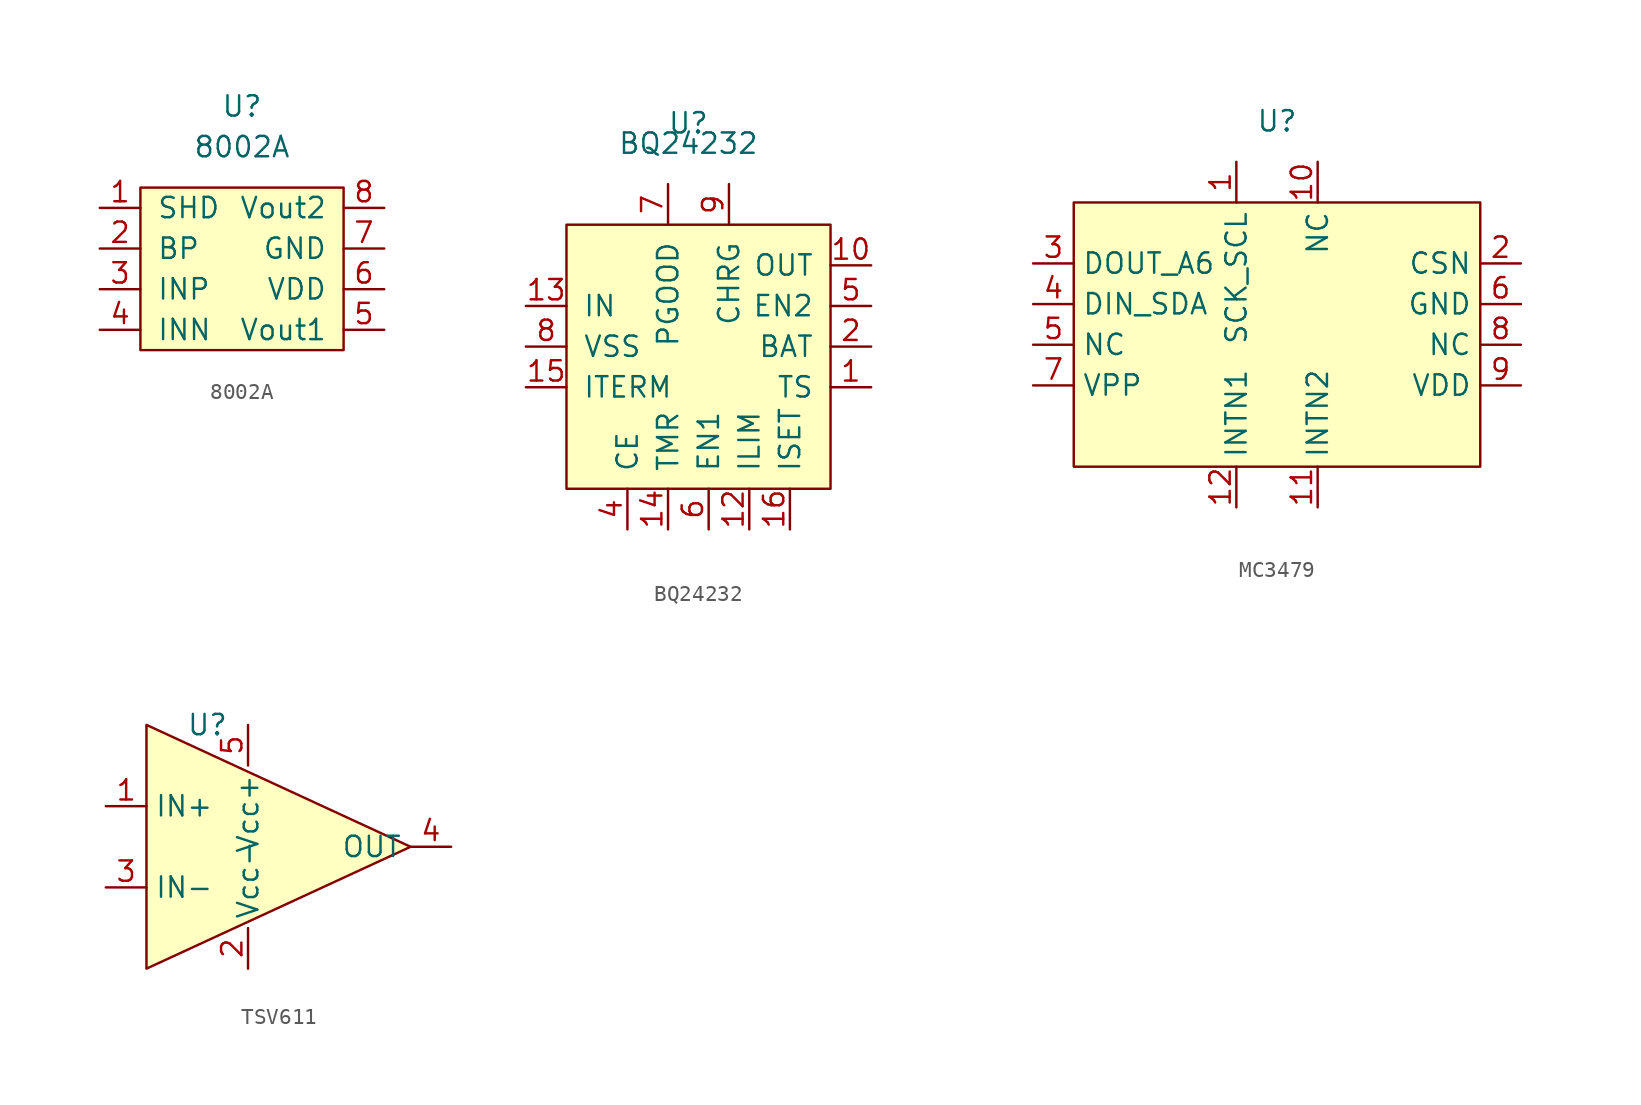
<source format=kicad_sym>
(kicad_symbol_lib
  (version 20220914)
  (generator kicad_symbol_editor)
  (symbol "8002A"
    (pin_names
      (offset 1.016))
    (property "Reference" "U"
      (at 0 2.54 0)
      (effects (font (size 1.27 1.27))))
    (property "Value" "8002A"
      (at 0 0 0)
      (effects (font (size 1.27 1.27))))
    (symbol "8002A_0_1"
      (rectangle (start -6.35 -2.54) (end 6.35 -12.7) (stroke (width 0) (type solid)) (fill (type background))))
    (symbol "8002A_1_1"
      (pin bidirectional line (at -8.89 -3.81 0) (length 2.54) (name "SHD" (effects (font (size 1.27 1.27)))) (number "1" (effects (font (size 1.27 1.27)))))
      (pin bidirectional line (at -8.89 -6.35 0) (length 2.54) (name "BP" (effects (font (size 1.27 1.27)))) (number "2" (effects (font (size 1.27 1.27)))))
      (pin bidirectional line (at -8.89 -8.89 0) (length 2.54) (name "INP" (effects (font (size 1.27 1.27)))) (number "3" (effects (font (size 1.27 1.27)))))
      (pin bidirectional line (at -8.89 -11.43 0) (length 2.54) (name "INN" (effects (font (size 1.27 1.27)))) (number "4" (effects (font (size 1.27 1.27)))))
      (pin bidirectional line (at 8.89 -11.43 180) (length 2.54) (name "Vout1" (effects (font (size 1.27 1.27)))) (number "5" (effects (font (size 1.27 1.27)))))
      (pin bidirectional line (at 8.89 -8.89 180) (length 2.54) (name "VDD" (effects (font (size 1.27 1.27)))) (number "6" (effects (font (size 1.27 1.27)))))
      (pin bidirectional line (at 8.89 -6.35 180) (length 2.54) (name "GND" (effects (font (size 1.27 1.27)))) (number "7" (effects (font (size 1.27 1.27)))))
      (pin bidirectional line (at 8.89 -3.81 180) (length 2.54) (name "Vout2" (effects (font (size 1.27 1.27)))) (number "8" (effects (font (size 1.27 1.27)))))))
  (symbol "BQ24232"
    (pin_names
      (offset 1.016))
    (property "Reference" "U"
      (at 0 2.54 0)
      (effects (font (size 1.27 1.27))))
    (property "Value" "BQ24232"
      (at 0 1.27 0)
      (effects (font (size 1.27 1.27))))
    (symbol "BQ24232_0_1"
      (rectangle (start -7.62 -3.81) (end 8.89 -20.32) (stroke (width 0) (type solid)) (fill (type background))))
    (symbol "BQ24232_1_1"
      (pin unspecified line (at 11.43 -13.97 180) (length 2.54) (name "TS" (effects (font (size 1.27 1.27)))) (number "1" (effects (font (size 1.27 1.27)))))
      (pin unspecified line (at 11.43 -6.35 180) (length 2.54) (name "OUT" (effects (font (size 1.27 1.27)))) (number "10" (effects (font (size 1.27 1.27)))))
      (pin unspecified line (at 3.81 -22.86 90) (length 2.54) (name "ILIM" (effects (font (size 1.27 1.27)))) (number "12" (effects (font (size 1.27 1.27)))))
      (pin unspecified line (at -10.16 -8.89 0) (length 2.54) (name "IN" (effects (font (size 1.27 1.27)))) (number "13" (effects (font (size 1.27 1.27)))))
      (pin unspecified line (at -1.27 -22.86 90) (length 2.54) (name "TMR" (effects (font (size 1.27 1.27)))) (number "14" (effects (font (size 1.27 1.27)))))
      (pin unspecified line (at -10.16 -13.97 0) (length 2.54) (name "ITERM" (effects (font (size 1.27 1.27)))) (number "15" (effects (font (size 1.27 1.27)))))
      (pin unspecified line (at 6.35 -22.86 90) (length 2.54) (name "ISET" (effects (font (size 1.27 1.27)))) (number "16" (effects (font (size 1.27 1.27)))))
      (pin unspecified line (at 11.43 -11.43 180) (length 2.54) (name "BAT" (effects (font (size 1.27 1.27)))) (number "2" (effects (font (size 1.27 1.27)))))
      (pin unspecified line (at -3.81 -22.86 90) (length 2.54) (name "CE" (effects (font (size 1.27 1.27)))) (number "4" (effects (font (size 1.27 1.27)))))
      (pin unspecified line (at 11.43 -8.89 180) (length 2.54) (name "EN2" (effects (font (size 1.27 1.27)))) (number "5" (effects (font (size 1.27 1.27)))))
      (pin unspecified line (at 1.27 -22.86 90) (length 2.54) (name "EN1" (effects (font (size 1.27 1.27)))) (number "6" (effects (font (size 1.27 1.27)))))
      (pin unspecified line (at -1.27 -1.27 270) (length 2.54) (name "PGOOD" (effects (font (size 1.27 1.27)))) (number "7" (effects (font (size 1.27 1.27)))))
      (pin unspecified line (at -10.16 -11.43 0) (length 2.54) (name "VSS" (effects (font (size 1.27 1.27)))) (number "8" (effects (font (size 1.27 1.27)))))
      (pin unspecified line (at 2.54 -1.27 270) (length 2.54) (name "CHRG" (effects (font (size 1.27 1.27)))) (number "9" (effects (font (size 1.27 1.27)))))))
  (symbol "MC3479"
    (property "Reference" "U"
      (at 0 0 0)
      (effects (font (size 1.27 1.27))))
    (property "Value" ""
      (at 0 0 0)
      (effects (font (size 1.27 1.27))))
    (symbol "MC3479_1_1"
      (rectangle (start -12.7 -5.08) (end 12.7 -21.59) (stroke (width 0) (type default)) (fill (type background)))
      (pin input line (at -2.54 -2.54 270) (length 2.54) (name "SCK_SCL" (effects (font (size 1.27 1.27)))) (number "1" (effects (font (size 1.27 1.27)))))
      (pin free line (at 2.54 -2.54 270) (length 2.54) (name "NC" (effects (font (size 1.27 1.27)))) (number "10" (effects (font (size 1.27 1.27)))))
      (pin output line (at 2.54 -24.13 90) (length 2.54) (name "INTN2" (effects (font (size 1.27 1.27)))) (number "11" (effects (font (size 1.27 1.27)))))
      (pin output line (at -2.54 -24.13 90) (length 2.54) (name "INTN1" (effects (font (size 1.27 1.27)))) (number "12" (effects (font (size 1.27 1.27)))))
      (pin input line (at 15.24 -8.89 180) (length 2.54) (name "CSN" (effects (font (size 1.27 1.27)))) (number "2" (effects (font (size 1.27 1.27)))))
      (pin output line (at -15.24 -8.89 0) (length 2.54) (name "DOUT_A6" (effects (font (size 1.27 1.27)))) (number "3" (effects (font (size 1.27 1.27)))))
      (pin input line (at -15.24 -11.43 0) (length 2.54) (name "DIN_SDA" (effects (font (size 1.27 1.27)))) (number "4" (effects (font (size 1.27 1.27)))))
      (pin free line (at -15.24 -13.97 0) (length 2.54) (name "NC" (effects (font (size 1.27 1.27)))) (number "5" (effects (font (size 1.27 1.27)))))
      (pin input line (at 15.24 -11.43 180) (length 2.54) (name "GND" (effects (font (size 1.27 1.27)))) (number "6" (effects (font (size 1.27 1.27)))))
      (pin power_in line (at -15.24 -16.51 0) (length 2.54) (name "VPP" (effects (font (size 1.27 1.27)))) (number "7" (effects (font (size 1.27 1.27)))))
      (pin free line (at 15.24 -13.97 180) (length 2.54) (name "NC" (effects (font (size 1.27 1.27)))) (number "8" (effects (font (size 1.27 1.27)))))
      (pin power_in line (at 15.24 -16.51 180) (length 2.54) (name "VDD" (effects (font (size 1.27 1.27)))) (number "9" (effects (font (size 1.27 1.27)))))))
  (symbol "TSV611"
    (property "Reference" "U"
      (at -2.54 0 0)
      (effects (font (size 1.27 1.27))))
    (property "Value" ""
      (at 0 0 0)
      (effects (font (size 1.27 1.27))))
    (symbol "TSV611_1_1"
      (polyline (pts (xy -6.35 0) (xy -6.35 -15.24) (xy 10.16 -7.62) (xy -6.35 0)) (stroke (width 0) (type default)) (fill (type background)))
      (pin input line (at -8.89 -5.08 0) (length 2.54) (name "IN+" (effects (font (size 1.27 1.27)))) (number "1" (effects (font (size 1.27 1.27)))))
      (pin input line (at 0 -15.24 90) (length 2.54) (name "Vcc-" (effects (font (size 1.27 1.27)))) (number "2" (effects (font (size 1.27 1.27)))))
      (pin input line (at -8.89 -10.16 0) (length 2.54) (name "IN-" (effects (font (size 1.27 1.27)))) (number "3" (effects (font (size 1.27 1.27)))))
      (pin output line (at 12.7 -7.62 180) (length 2.54) (name "OUT" (effects (font (size 1.27 1.27)))) (number "4" (effects (font (size 1.27 1.27)))))
      (pin input line (at 0 0 270) (length 2.54) (name "Vcc+" (effects (font (size 1.27 1.27)))) (number "5" (effects (font (size 1.27 1.27))))))))
</source>
